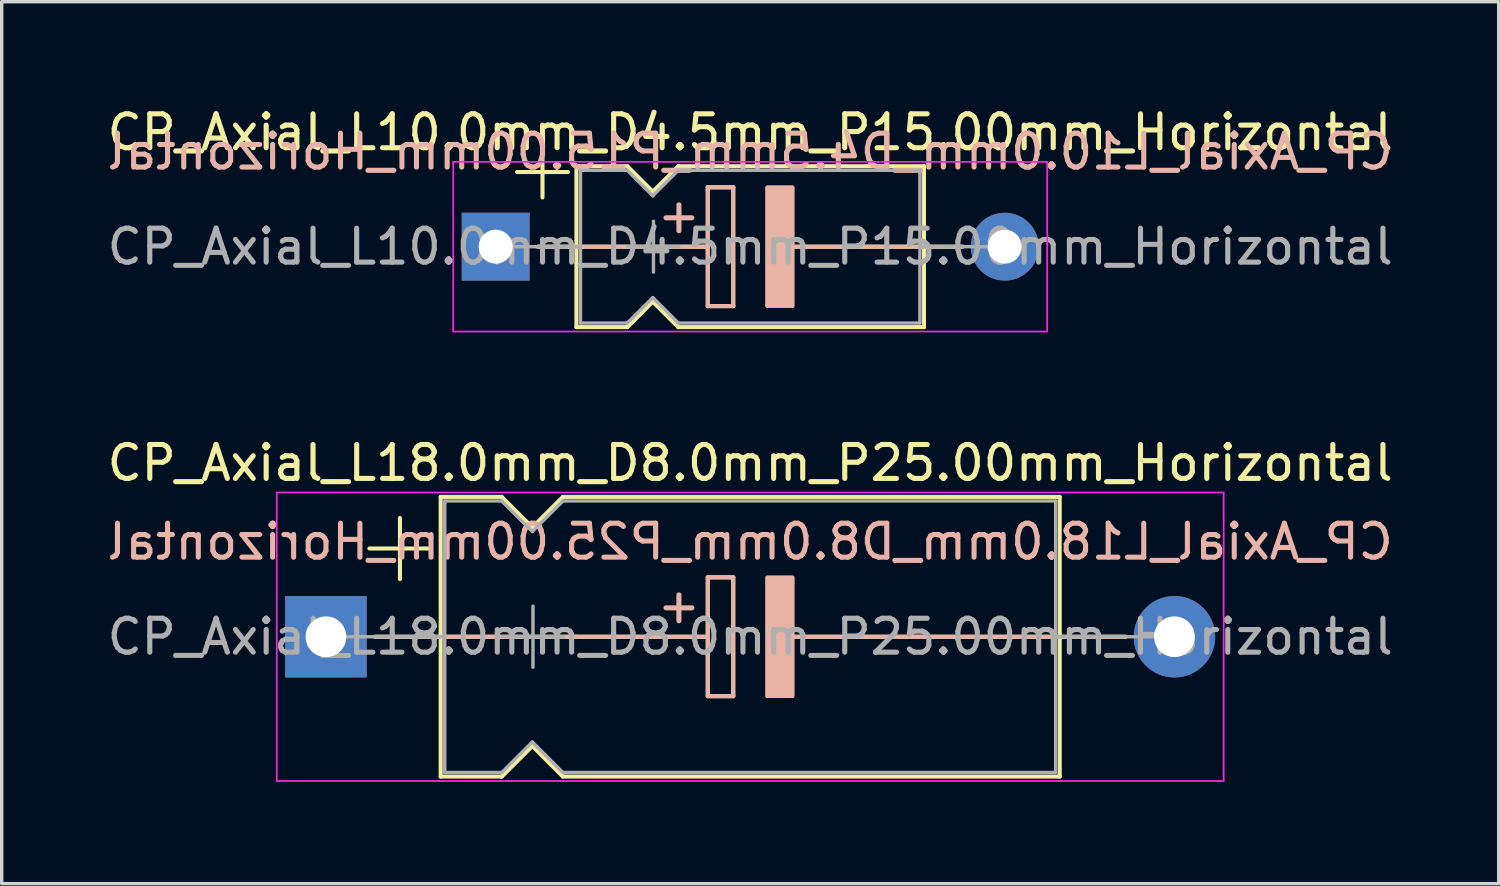
<source format=kicad_pcb>
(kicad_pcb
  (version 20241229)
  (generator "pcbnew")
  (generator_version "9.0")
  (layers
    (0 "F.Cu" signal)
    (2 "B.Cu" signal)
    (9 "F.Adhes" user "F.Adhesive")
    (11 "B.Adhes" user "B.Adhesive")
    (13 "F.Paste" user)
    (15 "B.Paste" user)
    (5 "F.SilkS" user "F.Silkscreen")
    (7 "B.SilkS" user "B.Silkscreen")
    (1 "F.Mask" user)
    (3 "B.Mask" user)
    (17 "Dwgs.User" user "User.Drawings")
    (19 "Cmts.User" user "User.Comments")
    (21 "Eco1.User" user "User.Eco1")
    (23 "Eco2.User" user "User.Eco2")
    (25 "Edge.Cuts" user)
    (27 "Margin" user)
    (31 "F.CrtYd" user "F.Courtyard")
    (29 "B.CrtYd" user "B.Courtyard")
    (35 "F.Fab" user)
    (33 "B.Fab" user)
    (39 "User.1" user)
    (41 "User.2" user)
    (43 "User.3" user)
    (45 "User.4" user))
  (footprint "CP_Axial_L18.0mm_D8.0mm_P25.00mm_Horizontal"
    (layer "F.Cu")
    (at 6.554 15.711)
    (property "Reference" "CP_Axial_L18.0mm_D8.0mm_P25.00mm_Horizontal" (at 12.5 -5.12 0) (layer "F.SilkS") (effects (font (size 1 1) (thickness 0.15))))
    (fp_line (start 1.28 -2.6) (end 3.08 -2.6) (stroke (width 0.12) (type solid)) (layer "F.SilkS"))
    (fp_line (start 1.44 0) (end 3.38 0) (stroke (width 0.12) (type solid)) (layer "F.SilkS"))
    (fp_line (start 2.18 -3.5) (end 2.18 -1.7) (stroke (width 0.12) (type solid)) (layer "F.SilkS"))
    (fp_line (start 3.365 0) (end 11.25 0) (stroke (width 0.12) (type solid)) (layer "F.SilkS"))
    (fp_line (start 3.38 -4.12) (end 3.38 4.12) (stroke (width 0.12) (type solid)) (layer "F.SilkS"))
    (fp_line (start 3.38 -4.12) (end 5.18 -4.12) (stroke (width 0.12) (type solid)) (layer "F.SilkS"))
    (fp_line (start 3.38 4.12) (end 5.18 4.12) (stroke (width 0.12) (type solid)) (layer "F.SilkS"))
    (fp_line (start 5.18 -4.12) (end 6.08 -3.22) (stroke (width 0.12) (type solid)) (layer "F.SilkS"))
    (fp_line (start 5.18 4.12) (end 6.08 3.22) (stroke (width 0.12) (type solid)) (layer "F.SilkS"))
    (fp_line (start 6.08 -3.22) (end 6.98 -4.12) (stroke (width 0.12) (type solid)) (layer "F.SilkS"))
    (fp_line (start 6.08 3.22) (end 6.98 4.12) (stroke (width 0.12) (type solid)) (layer "F.SilkS"))
    (fp_line (start 6.98 -4.12) (end 21.62 -4.12) (stroke (width 0.12) (type solid)) (layer "F.SilkS"))
    (fp_line (start 6.98 4.12) (end 21.62 4.12) (stroke (width 0.12) (type solid)) (layer "F.SilkS"))
    (fp_line (start 11.25 -1.75) (end 11.25 1.75) (stroke (width 0.12) (type solid)) (layer "F.SilkS"))
    (fp_line (start 11.25 -1.75) (end 12 -1.75) (stroke (width 0.12) (type solid)) (layer "F.SilkS"))
    (fp_line (start 12 -1.75) (end 12 1.75) (stroke (width 0.12) (type solid)) (layer "F.SilkS"))
    (fp_line (start 12 1.75) (end 11.25 1.75) (stroke (width 0.12) (type solid)) (layer "F.SilkS"))
    (fp_line (start 13.75 0) (end 21.62 0) (stroke (width 0.12) (type solid)) (layer "F.SilkS"))
    (fp_line (start 21.62 -4.12) (end 21.62 4.12) (stroke (width 0.12) (type solid)) (layer "F.SilkS"))
    (fp_line (start 23.56 0) (end 21.62 0) (stroke (width 0.12) (type solid)) (layer "F.SilkS"))
    (fp_poly (pts (xy 13.75 1.75) (xy 13 1.75) (xy 13 -1.75) (xy 13.75 -1.75)) (stroke (width 0.1) (type solid)) (fill yes) (layer "F.SilkS"))
    (fp_line (start 1.45 0) (end 7.38 0) (stroke (width 0.12) (type solid)) (layer "B.SilkS"))
    (fp_line (start 7.38 0) (end 11.25 0) (stroke (width 0.12) (type solid)) (layer "B.SilkS"))
    (fp_line (start 11.25 -1.75) (end 11.25 1.75) (stroke (width 0.12) (type solid)) (layer "B.SilkS"))
    (fp_line (start 11.25 -1.75) (end 12 -1.75) (stroke (width 0.12) (type solid)) (layer "B.SilkS"))
    (fp_line (start 12 -1.75) (end 12 1.75) (stroke (width 0.12) (type solid)) (layer "B.SilkS"))
    (fp_line (start 12 1.75) (end 11.25 1.75) (stroke (width 0.12) (type solid)) (layer "B.SilkS"))
    (fp_line (start 13.75 0) (end 17.62 0) (stroke (width 0.12) (type solid)) (layer "B.SilkS"))
    (fp_line (start 23.55 0) (end 17.62 0) (stroke (width 0.12) (type solid)) (layer "B.SilkS"))
    (fp_poly (pts (xy 13.75 1.75) (xy 13 1.75) (xy 13 -1.75) (xy 13.75 -1.75)) (stroke (width 0.1) (type solid)) (fill yes) (layer "B.SilkS"))
    (fp_line (start -1.45 -4.25) (end -1.45 4.25) (stroke (width 0.05) (type solid)) (layer "F.CrtYd"))
    (fp_line (start -1.45 4.25) (end 26.45 4.25) (stroke (width 0.05) (type solid)) (layer "F.CrtYd"))
    (fp_line (start 26.45 -4.25) (end -1.45 -4.25) (stroke (width 0.05) (type solid)) (layer "F.CrtYd"))
    (fp_line (start 26.45 4.25) (end 26.45 -4.25) (stroke (width 0.05) (type solid)) (layer "F.CrtYd"))
    (fp_line (start 0 0) (end 3.5 0) (stroke (width 0.1) (type solid)) (layer "F.Fab"))
    (fp_line (start 3.5 -4) (end 3.5 4) (stroke (width 0.1) (type solid)) (layer "F.Fab"))
    (fp_line (start 3.5 -4) (end 5.18 -4) (stroke (width 0.1) (type solid)) (layer "F.Fab"))
    (fp_line (start 3.5 4) (end 5.18 4) (stroke (width 0.1) (type solid)) (layer "F.Fab"))
    (fp_line (start 5.18 -4) (end 6.08 -3.1) (stroke (width 0.1) (type solid)) (layer "F.Fab"))
    (fp_line (start 5.18 4) (end 6.08 3.1) (stroke (width 0.1) (type solid)) (layer "F.Fab"))
    (fp_line (start 5.2 0) (end 7 0) (stroke (width 0.1) (type solid)) (layer "F.Fab"))
    (fp_line (start 6.08 -3.1) (end 6.98 -4) (stroke (width 0.1) (type solid)) (layer "F.Fab"))
    (fp_line (start 6.08 3.1) (end 6.98 4) (stroke (width 0.1) (type solid)) (layer "F.Fab"))
    (fp_line (start 6.1 -0.9) (end 6.1 0.9) (stroke (width 0.1) (type solid)) (layer "F.Fab"))
    (fp_line (start 6.98 -4) (end 21.5 -4) (stroke (width 0.1) (type solid)) (layer "F.Fab"))
    (fp_line (start 6.98 4) (end 21.5 4) (stroke (width 0.1) (type solid)) (layer "F.Fab"))
    (fp_line (start 21.5 -4) (end 21.5 4) (stroke (width 0.1) (type solid)) (layer "F.Fab"))
    (fp_line (start 25 0) (end 21.5 0) (stroke (width 0.1) (type solid)) (layer "F.Fab"))
    (fp_text user "+" (at 10.4 -0.925 0) (unlocked yes) (layer "B.SilkS") (effects (font (size 1 1) (thickness 0.15)) (justify mirror)))
    (fp_text user "${REFERENCE}" (at 12.5 -2.8 0) (layer "B.SilkS") (effects (font (size 1 1) (thickness 0.15)) (justify mirror)))
    (fp_text user "${REFERENCE}" (at 12.5 0 0) (layer "F.Fab") (effects (font (size 1 1) (thickness 0.15))))
    (pad "1" thru_hole rect (at 0 0) (size 2.4 2.4) (drill 1.2) (layers "*.Cu" "*.Mask"))
    (pad "2" thru_hole oval (at 25 0) (size 2.4 2.4) (drill 1.2) (layers "*.Cu" "*.Mask")))
  (footprint "CP_Axial_L10.0mm_D4.5mm_P15.00mm_Horizontal"
    (layer "F.Cu")
    (at 11.554 4.218)
    (property "Reference" "CP_Axial_L10.0mm_D4.5mm_P15.00mm_Horizontal" (at 7.5 -3.37 0) (layer "F.SilkS") (effects (font (size 1 1) (thickness 0.15))))
    (attr through_hole)
    (fp_line (start 0.63 -2.2) (end 2.13 -2.2) (stroke (width 0.12) (type solid)) (layer "F.SilkS"))
    (fp_line (start 1.24 0) (end 2.38 0) (stroke (width 0.12) (type solid)) (layer "F.SilkS"))
    (fp_line (start 1.38 -2.95) (end 1.38 -1.45) (stroke (width 0.12) (type solid)) (layer "F.SilkS"))
    (fp_line (start 2.38 -2.37) (end 2.38 2.37) (stroke (width 0.12) (type solid)) (layer "F.SilkS"))
    (fp_line (start 2.38 -2.37) (end 3.88 -2.37) (stroke (width 0.12) (type solid)) (layer "F.SilkS"))
    (fp_line (start 2.38 0) (end 6.25 0) (stroke (width 0.12) (type solid)) (layer "F.SilkS"))
    (fp_line (start 2.38 2.37) (end 3.88 2.37) (stroke (width 0.12) (type solid)) (layer "F.SilkS"))
    (fp_line (start 3.88 -2.37) (end 4.63 -1.62) (stroke (width 0.12) (type solid)) (layer "F.SilkS"))
    (fp_line (start 3.88 2.37) (end 4.63 1.62) (stroke (width 0.12) (type solid)) (layer "F.SilkS"))
    (fp_line (start 4.63 -1.62) (end 5.38 -2.37) (stroke (width 0.12) (type solid)) (layer "F.SilkS"))
    (fp_line (start 4.63 1.62) (end 5.38 2.37) (stroke (width 0.12) (type solid)) (layer "F.SilkS"))
    (fp_line (start 5.38 -2.37) (end 12.62 -2.37) (stroke (width 0.12) (type solid)) (layer "F.SilkS"))
    (fp_line (start 5.38 2.37) (end 12.62 2.37) (stroke (width 0.12) (type solid)) (layer "F.SilkS"))
    (fp_line (start 6.25 -1.75) (end 6.25 1.75) (stroke (width 0.12) (type solid)) (layer "F.SilkS"))
    (fp_line (start 6.25 -1.75) (end 7 -1.75) (stroke (width 0.12) (type solid)) (layer "F.SilkS"))
    (fp_line (start 7 -1.75) (end 7 1.75) (stroke (width 0.12) (type solid)) (layer "F.SilkS"))
    (fp_line (start 7 1.75) (end 6.25 1.75) (stroke (width 0.12) (type solid)) (layer "F.SilkS"))
    (fp_line (start 8.75 0) (end 12.62 0) (stroke (width 0.12) (type solid)) (layer "F.SilkS"))
    (fp_line (start 12.62 -2.37) (end 12.62 2.37) (stroke (width 0.12) (type solid)) (layer "F.SilkS"))
    (fp_line (start 13.76 0) (end 12.62 0) (stroke (width 0.12) (type solid)) (layer "F.SilkS"))
    (fp_poly (pts (xy 8.75 1.75) (xy 8 1.75) (xy 8 -1.75) (xy 8.75 -1.75)) (stroke (width 0.1) (type solid)) (fill yes) (layer "F.SilkS"))
    (fp_line (start 1.24 0) (end 2.38 0) (stroke (width 0.12) (type solid)) (layer "B.SilkS"))
    (fp_line (start 2.38 0) (end 6.25 0) (stroke (width 0.12) (type solid)) (layer "B.SilkS"))
    (fp_line (start 6.25 -1.75) (end 6.25 1.75) (stroke (width 0.12) (type solid)) (layer "B.SilkS"))
    (fp_line (start 6.25 -1.75) (end 7 -1.75) (stroke (width 0.12) (type solid)) (layer "B.SilkS"))
    (fp_line (start 7 -1.75) (end 7 1.75) (stroke (width 0.12) (type solid)) (layer "B.SilkS"))
    (fp_line (start 7 1.75) (end 6.25 1.75) (stroke (width 0.12) (type solid)) (layer "B.SilkS"))
    (fp_line (start 8.75 0) (end 12.62 0) (stroke (width 0.12) (type solid)) (layer "B.SilkS"))
    (fp_line (start 13.76 0) (end 12.62 0) (stroke (width 0.12) (type solid)) (layer "B.SilkS"))
    (fp_poly (pts (xy 8.75 1.75) (xy 8 1.75) (xy 8 -1.75) (xy 8.75 -1.75)) (stroke (width 0.1) (type solid)) (fill yes) (layer "B.SilkS"))
    (fp_line (start -1.25 -2.5) (end -1.25 2.5) (stroke (width 0.05) (type solid)) (layer "F.CrtYd"))
    (fp_line (start -1.25 2.5) (end 16.25 2.5) (stroke (width 0.05) (type solid)) (layer "F.CrtYd"))
    (fp_line (start 16.25 -2.5) (end -1.25 -2.5) (stroke (width 0.05) (type solid)) (layer "F.CrtYd"))
    (fp_line (start 16.25 2.5) (end 16.25 -2.5) (stroke (width 0.05) (type solid)) (layer "F.CrtYd"))
    (fp_line (start 0 0) (end 2.5 0) (stroke (width 0.1) (type solid)) (layer "F.Fab"))
    (fp_line (start 2.5 -2.25) (end 2.5 2.25) (stroke (width 0.1) (type solid)) (layer "F.Fab"))
    (fp_line (start 2.5 -2.25) (end 3.88 -2.25) (stroke (width 0.1) (type solid)) (layer "F.Fab"))
    (fp_line (start 2.5 2.25) (end 3.88 2.25) (stroke (width 0.1) (type solid)) (layer "F.Fab"))
    (fp_line (start 3.88 -2.25) (end 4.63 -1.5) (stroke (width 0.1) (type solid)) (layer "F.Fab"))
    (fp_line (start 3.88 2.25) (end 4.63 1.5) (stroke (width 0.1) (type solid)) (layer "F.Fab"))
    (fp_line (start 3.9 0) (end 5.4 0) (stroke (width 0.1) (type solid)) (layer "F.Fab"))
    (fp_line (start 4.63 -1.5) (end 5.38 -2.25) (stroke (width 0.1) (type solid)) (layer "F.Fab"))
    (fp_line (start 4.63 1.5) (end 5.38 2.25) (stroke (width 0.1) (type solid)) (layer "F.Fab"))
    (fp_line (start 4.65 -0.75) (end 4.65 0.75) (stroke (width 0.1) (type solid)) (layer "F.Fab"))
    (fp_line (start 5.38 -2.25) (end 12.5 -2.25) (stroke (width 0.1) (type solid)) (layer "F.Fab"))
    (fp_line (start 5.38 2.25) (end 12.5 2.25) (stroke (width 0.1) (type solid)) (layer "F.Fab"))
    (fp_line (start 12.5 -2.25) (end 12.5 2.25) (stroke (width 0.1) (type solid)) (layer "F.Fab"))
    (fp_line (start 15 0) (end 12.5 0) (stroke (width 0.1) (type solid)) (layer "F.Fab"))
    (fp_text user "+" (at 5.4 -0.925 0) (unlocked yes) (layer "B.SilkS") (effects (font (size 1 1) (thickness 0.15)) (justify mirror)))
    (fp_text user "${REFERENCE}" (at 7.5 -2.8 0) (layer "B.SilkS") (effects (font (size 1 1) (thickness 0.15)) (justify mirror)))
    (fp_text user "${REFERENCE}" (at 7.5 0 0) (layer "F.Fab") (effects (font (size 1 1) (thickness 0.15))))
    (pad "1" thru_hole rect (at 0 0) (size 2 2) (drill 1) (layers "*.Cu" "*.Mask"))
    (pad "2" thru_hole oval (at 15 0) (size 2 2) (drill 1) (layers "*.Cu" "*.Mask")))
  (gr_rect
    (start -3 -3)
    (end 41.107 22.986)
    (stroke (width 0.1) (type default))
    (fill no)
    (layer "Edge.Cuts")))
</source>
